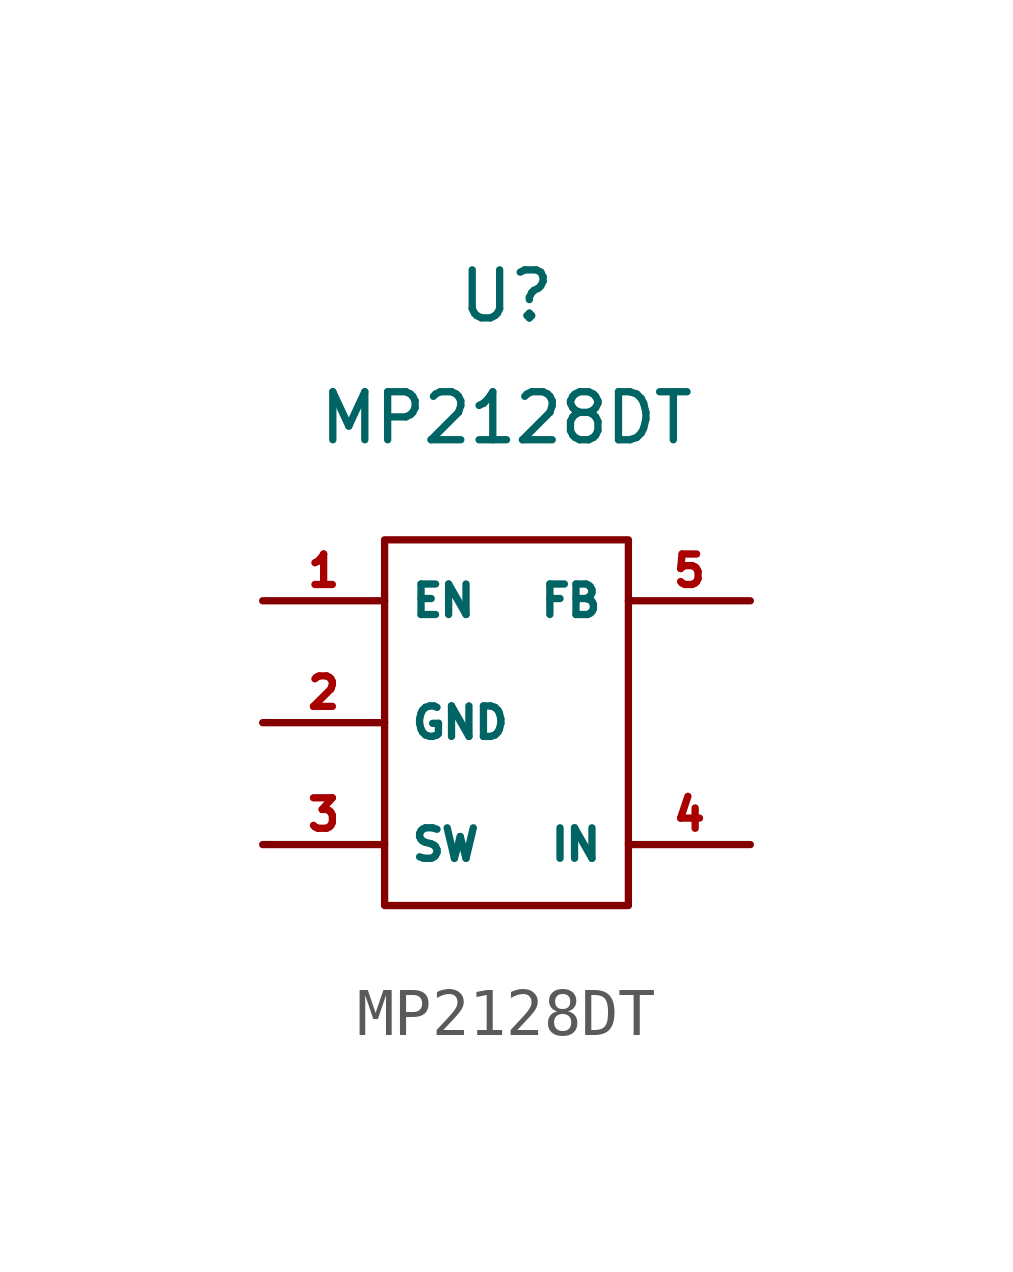
<source format=kicad_sym>
(kicad_symbol_lib
  (version 20211014)
  (generator kicad_symbol_editor)
  (symbol "MP2128DT"
    (property "Reference" "U"
      (at 0 8.89 0)
      (effects (font (size 1 1))))
    (property "Value" "MP2128DT"
      (at 0 6.35 0)
      (effects (font (size 1 1))))
    (symbol "MP2128DT_0_1"
      (rectangle (start -2.54 3.81) (end 2.54 -3.81) (stroke (width 0.152) (type default) (color 0 0 0 0)) (fill (type none))))
    (symbol "MP2128DT_1_1"
      (pin input line (at -5.08 2.54 0) (length 2.54) (name "EN" (effects (font (size 0.635 0.635)))) (number "1" (effects (font (size 0.635 0.635)))))
      (pin power_in line (at -5.08 0 0) (length 2.54) (name "GND" (effects (font (size 0.635 0.635)))) (number "2" (effects (font (size 0.635 0.635)))))
      (pin power_out line (at -5.08 -2.54 0) (length 2.54) (name "SW" (effects (font (size 0.635 0.635)))) (number "3" (effects (font (size 0.635 0.635)))))
      (pin power_in line (at 5.08 -2.54 180) (length 2.54) (name "IN" (effects (font (size 0.635 0.635)))) (number "4" (effects (font (size 0.635 0.635)))))
      (pin input line (at 5.08 2.54 180) (length 2.54) (name "FB" (effects (font (size 0.635 0.635)))) (number "5" (effects (font (size 0.635 0.635))))))))
</source>
